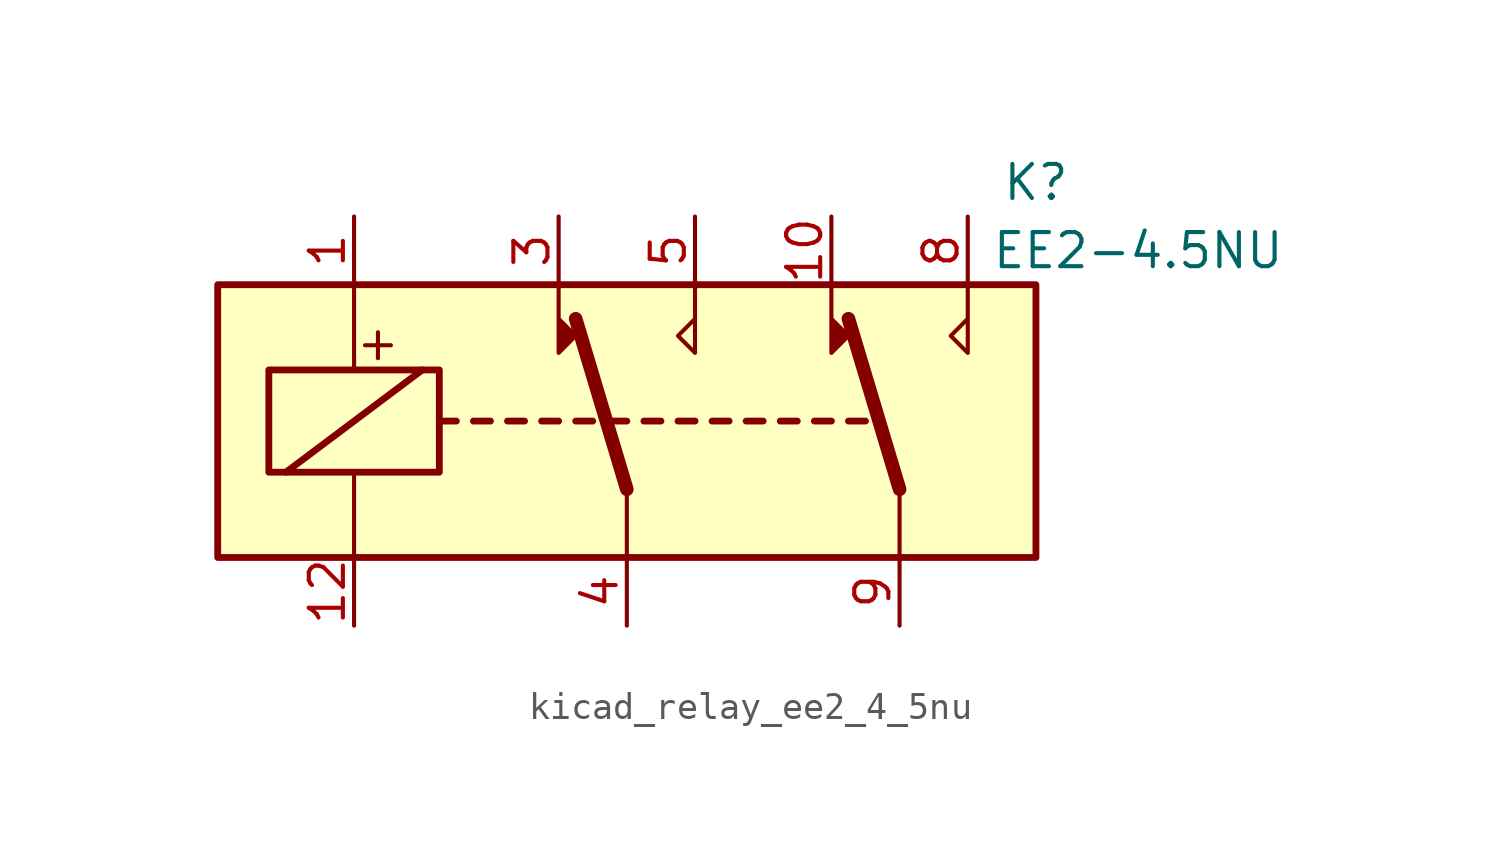
<source format=kicad_sym>
(kicad_symbol_lib
  (version 20220914)
  (generator kicad_symbol_editor)
  (symbol "kicad_relay_ee2_4_5nu"
    (property "Reference" "K"
      (at 15.24 8.89 0)
      (effects (font (size 1.27 1.27))))
    (property "Value" "EE2-4.5NU"
      (at 19.05 6.35 0)
      (effects (font (size 1.27 1.27))))
    (symbol "kicad_relay_ee2_4_5nu_1_1"
      (rectangle (start -15.24 5.08) (end 15.24 -5.08) (stroke (width 0.254) (type default)) (fill (type background)))
      (rectangle (start -13.335 1.905) (end -6.985 -1.905) (stroke (width 0.254) (type default)) (fill (type none)))
      (polyline (pts (xy -12.7 -1.905) (xy -7.62 1.905)) (stroke (width 0.254) (type default)) (fill (type none)))
      (polyline (pts (xy -10.16 -5.08) (xy -10.16 -1.905)) (stroke (width 0) (type default)) (fill (type none)))
      (polyline (pts (xy -10.16 5.08) (xy -10.16 1.905)) (stroke (width 0) (type default)) (fill (type none)))
      (polyline (pts (xy -6.985 0) (xy -6.35 0)) (stroke (width 0.254) (type default)) (fill (type none)))
      (polyline (pts (xy -5.715 0) (xy -5.08 0)) (stroke (width 0.254) (type default)) (fill (type none)))
      (polyline (pts (xy -4.445 0) (xy -3.81 0)) (stroke (width 0.254) (type default)) (fill (type none)))
      (polyline (pts (xy -3.175 0) (xy -2.54 0)) (stroke (width 0.254) (type default)) (fill (type none)))
      (polyline (pts (xy -1.905 0) (xy -1.27 0)) (stroke (width 0.254) (type default)) (fill (type none)))
      (polyline (pts (xy -0.635 0) (xy 0 0)) (stroke (width 0.254) (type default)) (fill (type none)))
      (polyline (pts (xy 0 -2.54) (xy -1.905 3.81)) (stroke (width 0.508) (type default)) (fill (type none)))
      (polyline (pts (xy 0 -2.54) (xy 0 -5.08)) (stroke (width 0) (type default)) (fill (type none)))
      (polyline (pts (xy 0.635 0) (xy 1.27 0)) (stroke (width 0.254) (type default)) (fill (type none)))
      (polyline (pts (xy 1.905 0) (xy 2.54 0)) (stroke (width 0.254) (type default)) (fill (type none)))
      (polyline (pts (xy 3.175 0) (xy 3.81 0)) (stroke (width 0.254) (type default)) (fill (type none)))
      (polyline (pts (xy 4.445 0) (xy 5.08 0)) (stroke (width 0.254) (type default)) (fill (type none)))
      (polyline (pts (xy 5.715 0) (xy 6.35 0)) (stroke (width 0.254) (type default)) (fill (type none)))
      (polyline (pts (xy 6.985 0) (xy 7.62 0)) (stroke (width 0.254) (type default)) (fill (type none)))
      (polyline (pts (xy 8.255 0) (xy 8.89 0)) (stroke (width 0.254) (type default)) (fill (type none)))
      (polyline (pts (xy 10.16 -2.54) (xy 8.255 3.81)) (stroke (width 0.508) (type default)) (fill (type none)))
      (polyline (pts (xy 10.16 -2.54) (xy 10.16 -5.08)) (stroke (width 0) (type default)) (fill (type none)))
      (polyline (pts (xy -2.54 5.08) (xy -2.54 2.54) (xy -1.905 3.175) (xy -2.54 3.81)) (stroke (width 0) (type default)) (fill (type outline)))
      (polyline (pts (xy 2.54 5.08) (xy 2.54 2.54) (xy 1.905 3.175) (xy 2.54 3.81)) (stroke (width 0) (type default)) (fill (type none)))
      (polyline (pts (xy 7.62 5.08) (xy 7.62 2.54) (xy 8.255 3.175) (xy 7.62 3.81)) (stroke (width 0) (type default)) (fill (type outline)))
      (polyline (pts (xy 12.7 5.08) (xy 12.7 2.54) (xy 12.065 3.175) (xy 12.7 3.81)) (stroke (width 0) (type default)) (fill (type none)))
      (text "+" (at -9.271 2.921 0) (effects (font (size 1.27 1.27))))
      (pin passive line (at -10.16 7.62 270) (length 2.54) (name "~" (effects (font (size 1.27 1.27)))) (number "1" (effects (font (size 1.27 1.27)))))
      (pin passive line (at 7.62 7.62 270) (length 2.54) (name "~" (effects (font (size 1.27 1.27)))) (number "10" (effects (font (size 1.27 1.27)))))
      (pin passive line (at -10.16 -7.62 90) (length 2.54) (name "~" (effects (font (size 1.27 1.27)))) (number "12" (effects (font (size 1.27 1.27)))))
      (pin passive line (at -2.54 7.62 270) (length 2.54) (name "~" (effects (font (size 1.27 1.27)))) (number "3" (effects (font (size 1.27 1.27)))))
      (pin passive line (at 0 -7.62 90) (length 2.54) (name "~" (effects (font (size 1.27 1.27)))) (number "4" (effects (font (size 1.27 1.27)))))
      (pin passive line (at 2.54 7.62 270) (length 2.54) (name "~" (effects (font (size 1.27 1.27)))) (number "5" (effects (font (size 1.27 1.27)))))
      (pin passive line (at 12.7 7.62 270) (length 2.54) (name "~" (effects (font (size 1.27 1.27)))) (number "8" (effects (font (size 1.27 1.27)))))
      (pin passive line (at 10.16 -7.62 90) (length 2.54) (name "~" (effects (font (size 1.27 1.27)))) (number "9" (effects (font (size 1.27 1.27))))))))
</source>
